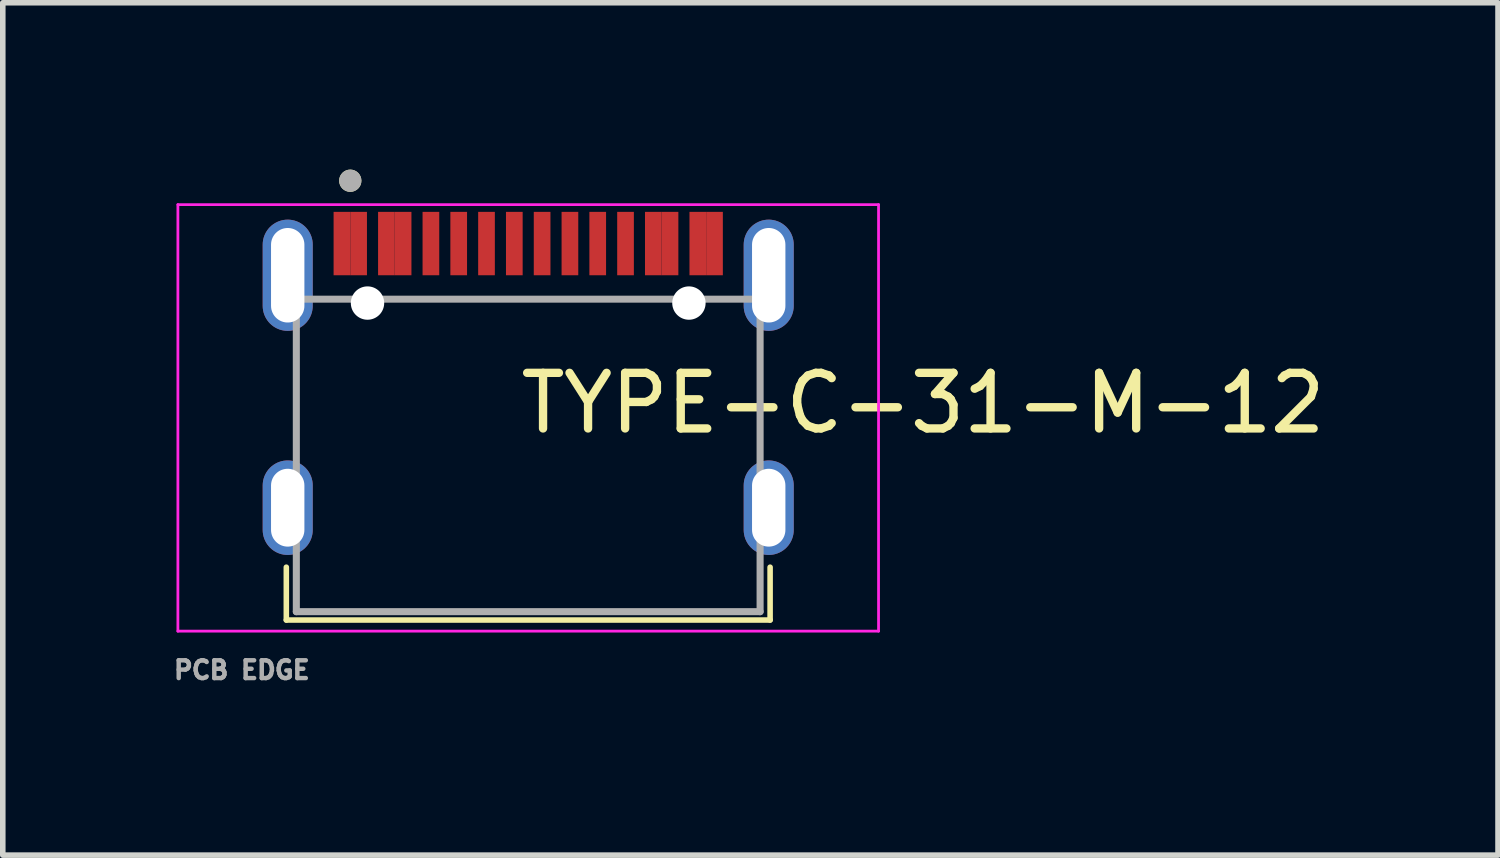
<source format=kicad_pcb>
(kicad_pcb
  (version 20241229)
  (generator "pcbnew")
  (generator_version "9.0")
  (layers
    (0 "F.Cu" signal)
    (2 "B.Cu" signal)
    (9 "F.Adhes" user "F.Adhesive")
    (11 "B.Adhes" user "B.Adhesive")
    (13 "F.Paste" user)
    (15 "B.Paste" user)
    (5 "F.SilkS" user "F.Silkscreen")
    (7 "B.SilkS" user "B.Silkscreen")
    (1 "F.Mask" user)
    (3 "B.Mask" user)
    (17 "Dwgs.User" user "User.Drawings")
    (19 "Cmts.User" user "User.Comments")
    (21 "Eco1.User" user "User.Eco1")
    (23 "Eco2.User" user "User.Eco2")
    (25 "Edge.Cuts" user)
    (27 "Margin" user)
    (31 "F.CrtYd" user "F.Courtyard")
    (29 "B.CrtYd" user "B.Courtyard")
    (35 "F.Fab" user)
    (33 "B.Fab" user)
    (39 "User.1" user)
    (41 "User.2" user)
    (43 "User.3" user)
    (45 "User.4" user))
  (footprint "TYPE-C-31-M-12"
    (layer "F.Cu")
    (at 6.449 2.4)
    (property "Reference" "TYPE-C-31-M-12" (at 7.1 1.8 0) (layer "F.SilkS") (effects (font (size 1 1) (thickness 0.15))))
    (attr smd)
    (fp_line (start -4.35 5.7) (end -4.35 4.75) (stroke (width 0.1) (type default)) (layer "F.SilkS"))
    (fp_line (start -4.35 5.7) (end 4.35 5.7) (stroke (width 0.1) (type default)) (layer "F.SilkS"))
    (fp_line (start 4.35 5.7) (end 4.35 4.75) (stroke (width 0.1) (type default)) (layer "F.SilkS"))
    (fp_circle (center -3.2 -2.2) (end -3.1 -2.2) (stroke (width 0.2) (type solid)) (fill no) (layer "F.SilkS"))
    (fp_line (start -6.3 -1.77) (end 6.3 -1.77) (stroke (width 0.05) (type solid)) (layer "F.CrtYd"))
    (fp_line (start -6.3 5.9) (end -6.3 -1.77) (stroke (width 0.05) (type solid)) (layer "F.CrtYd"))
    (fp_line (start 6.3 -1.77) (end 6.3 5.9) (stroke (width 0.05) (type solid)) (layer "F.CrtYd"))
    (fp_line (start 6.3 5.9) (end -6.3 5.9) (stroke (width 0.05) (type solid)) (layer "F.CrtYd"))
    (fp_line (start -4.17 -0.07) (end -4.17 5.55) (stroke (width 0.127) (type solid)) (layer "F.Fab"))
    (fp_line (start -4.17 5.55) (end 4.17 5.55) (stroke (width 0.127) (type solid)) (layer "F.Fab"))
    (fp_line (start 4.17 -0.07) (end -4.17 -0.07) (stroke (width 0.127) (type solid)) (layer "F.Fab"))
    (fp_line (start 4.17 5.55) (end 4.17 -0.07) (stroke (width 0.127) (type solid)) (layer "F.Fab"))
    (fp_circle (center -3.2 -2.2) (end -3.1 -2.2) (stroke (width 0.2) (type solid)) (fill no) (layer "F.Fab"))
    (fp_text user "PCB EDGE" (at -5.15 6.6 0) (layer "F.Fab") (effects (font (size 0.32 0.32) (thickness 0.15))))
    (pad "" np_thru_hole circle (at -2.89 0) (size 0.6 0.6) (drill 0.6) (layers "*.Cu" "*.Mask"))
    (pad "" np_thru_hole circle (at 2.89 0) (size 0.6 0.6) (drill 0.6) (layers "*.Cu" "*.Mask"))
    (pad "A1" smd rect (at -3.35 -1.07) (size 0.3 1.14) (layers "F.Cu" "F.Mask" "F.Paste"))
    (pad "A4" smd rect (at -2.55 -1.07) (size 0.3 1.14) (layers "F.Cu" "F.Mask" "F.Paste"))
    (pad "A5" smd rect (at -1.25 -1.07) (size 0.3 1.14) (layers "F.Cu" "F.Mask" "F.Paste"))
    (pad "A6" smd rect (at -0.25 -1.07) (size 0.3 1.14) (layers "F.Cu" "F.Mask" "F.Paste"))
    (pad "A7" smd rect (at 0.25 -1.07) (size 0.3 1.14) (layers "F.Cu" "F.Mask" "F.Paste"))
    (pad "A8" smd rect (at 1.25 -1.07) (size 0.3 1.14) (layers "F.Cu" "F.Mask" "F.Paste"))
    (pad "A9" smd rect (at 2.55 -1.07) (size 0.3 1.14) (layers "F.Cu" "F.Mask" "F.Paste"))
    (pad "A12" smd rect (at 3.35 -1.07) (size 0.3 1.14) (layers "F.Cu" "F.Mask" "F.Paste"))
    (pad "B1" smd rect (at 3.05 -1.07) (size 0.3 1.14) (layers "F.Cu" "F.Mask" "F.Paste"))
    (pad "B4" smd rect (at 2.25 -1.07) (size 0.3 1.14) (layers "F.Cu" "F.Mask" "F.Paste"))
    (pad "B5" smd rect (at 1.75 -1.07) (size 0.3 1.14) (layers "F.Cu" "F.Mask" "F.Paste"))
    (pad "B6" smd rect (at 0.75 -1.07) (size 0.3 1.14) (layers "F.Cu" "F.Mask" "F.Paste"))
    (pad "B7" smd rect (at -0.75 -1.07) (size 0.3 1.14) (layers "F.Cu" "F.Mask" "F.Paste"))
    (pad "B8" smd rect (at -1.75 -1.07) (size 0.3 1.14) (layers "F.Cu" "F.Mask" "F.Paste"))
    (pad "B9" smd rect (at -2.25 -1.07) (size 0.3 1.14) (layers "F.Cu" "F.Mask" "F.Paste"))
    (pad "B12" smd rect (at -3.05 -1.07) (size 0.3 1.14) (layers "F.Cu" "F.Mask" "F.Paste"))
    (pad "S1" thru_hole oval (at -4.325 -0.5) (size 0.9 2) (drill oval 0.6 1.7) (layers "*.Cu" "*.Mask"))
    (pad "S2" thru_hole oval (at 4.325 -0.5) (size 0.9 2) (drill oval 0.6 1.7) (layers "*.Cu" "*.Mask"))
    (pad "S3" thru_hole oval (at -4.325 3.68) (size 0.9 1.7) (drill oval 0.6 1.4) (layers "*.Cu" "*.Mask"))
    (pad "S4" thru_hole oval (at 4.325 3.68) (size 0.9 1.7) (drill oval 0.6 1.4) (layers "*.Cu" "*.Mask")))
  (gr_rect
    (start -3 -3)
    (end 23.889 12.328)
    (stroke (width 0.1) (type default))
    (fill no)
    (layer "Edge.Cuts")))
</source>
